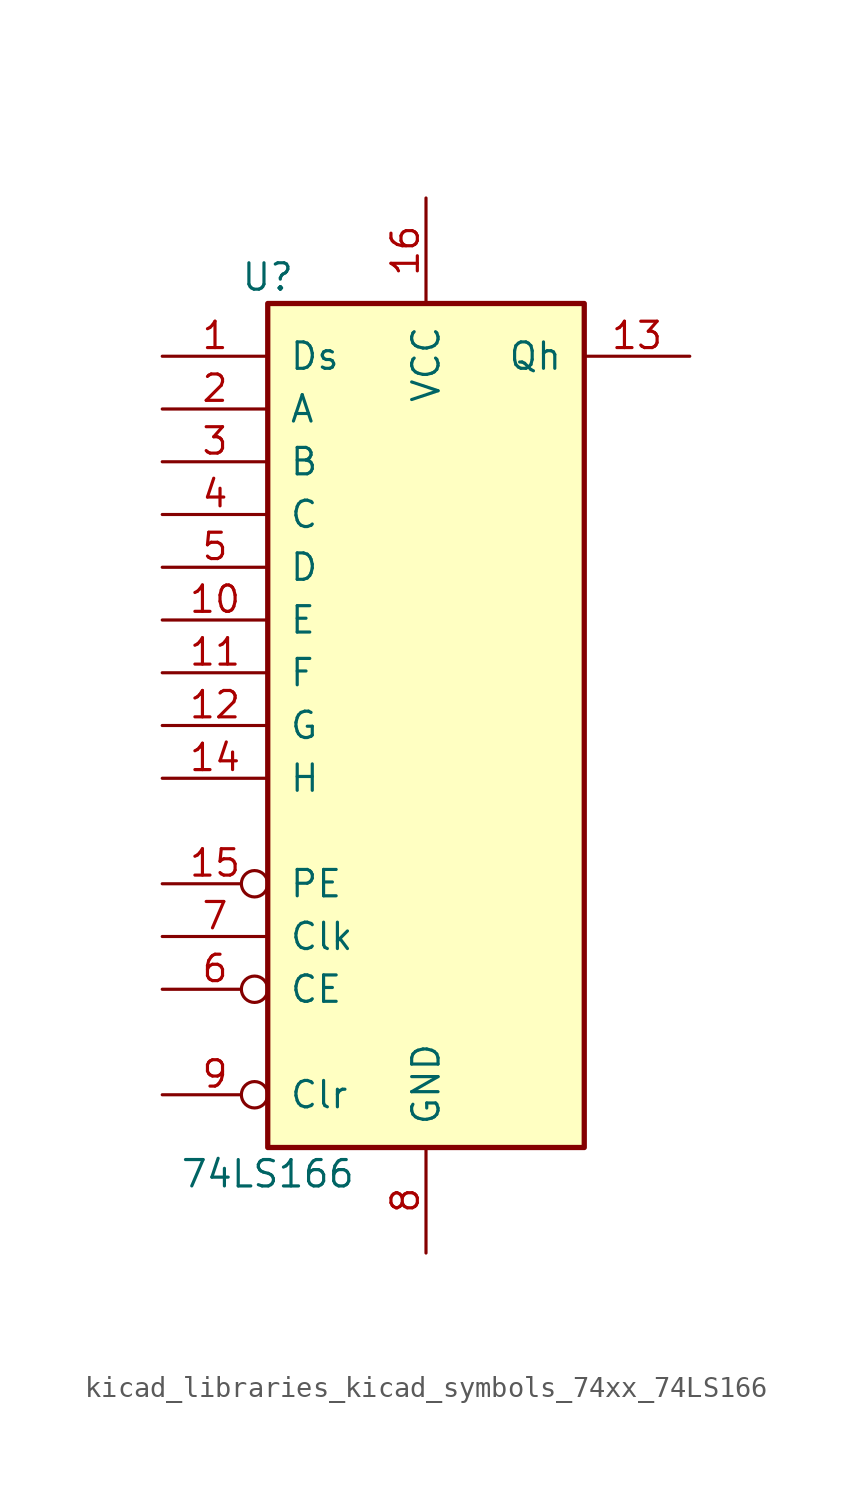
<source format=kicad_sym>
(kicad_symbol_lib
  (version 20220914)
  (generator kicad_symbol_editor)
  (symbol "kicad_libraries_kicad_symbols_74xx_74LS166"
    (pin_names
      (offset 1.016))
    (property "Reference" "U"
      (at -7.62 21.59 0)
      (effects (font (size 1.27 1.27))))
    (property "Value" "74LS166"
      (at -7.62 -21.59 0)
      (effects (font (size 1.27 1.27))))
    (property "ki_locked" ""
      (at 0 0 0)
      (effects (font (size 1.27 1.27))))
    (symbol "kicad_libraries_kicad_symbols_74xx_74LS166_1_0"
      (pin input line (at -12.7 17.78 0) (length 5.08) (name "Ds" (effects (font (size 1.27 1.27)))) (number "1" (effects (font (size 1.27 1.27)))))
      (pin input line (at -12.7 5.08 0) (length 5.08) (name "E" (effects (font (size 1.27 1.27)))) (number "10" (effects (font (size 1.27 1.27)))))
      (pin input line (at -12.7 2.54 0) (length 5.08) (name "F" (effects (font (size 1.27 1.27)))) (number "11" (effects (font (size 1.27 1.27)))))
      (pin input line (at -12.7 0 0) (length 5.08) (name "G" (effects (font (size 1.27 1.27)))) (number "12" (effects (font (size 1.27 1.27)))))
      (pin output line (at 12.7 17.78 180) (length 5.08) (name "Qh" (effects (font (size 1.27 1.27)))) (number "13" (effects (font (size 1.27 1.27)))))
      (pin input line (at -12.7 -2.54 0) (length 5.08) (name "H" (effects (font (size 1.27 1.27)))) (number "14" (effects (font (size 1.27 1.27)))))
      (pin input inverted (at -12.7 -7.62 0) (length 5.08) (name "PE" (effects (font (size 1.27 1.27)))) (number "15" (effects (font (size 1.27 1.27)))))
      (pin power_in line (at 0 25.4 270) (length 5.08) (name "VCC" (effects (font (size 1.27 1.27)))) (number "16" (effects (font (size 1.27 1.27)))))
      (pin input line (at -12.7 15.24 0) (length 5.08) (name "A" (effects (font (size 1.27 1.27)))) (number "2" (effects (font (size 1.27 1.27)))))
      (pin input line (at -12.7 12.7 0) (length 5.08) (name "B" (effects (font (size 1.27 1.27)))) (number "3" (effects (font (size 1.27 1.27)))))
      (pin input line (at -12.7 10.16 0) (length 5.08) (name "C" (effects (font (size 1.27 1.27)))) (number "4" (effects (font (size 1.27 1.27)))))
      (pin input line (at -12.7 7.62 0) (length 5.08) (name "D" (effects (font (size 1.27 1.27)))) (number "5" (effects (font (size 1.27 1.27)))))
      (pin input inverted (at -12.7 -12.7 0) (length 5.08) (name "CE" (effects (font (size 1.27 1.27)))) (number "6" (effects (font (size 1.27 1.27)))))
      (pin input line (at -12.7 -10.16 0) (length 5.08) (name "Clk" (effects (font (size 1.27 1.27)))) (number "7" (effects (font (size 1.27 1.27)))))
      (pin power_in line (at 0 -25.4 90) (length 5.08) (name "GND" (effects (font (size 1.27 1.27)))) (number "8" (effects (font (size 1.27 1.27)))))
      (pin input inverted (at -12.7 -17.78 0) (length 5.08) (name "Clr" (effects (font (size 1.27 1.27)))) (number "9" (effects (font (size 1.27 1.27))))))
    (symbol "kicad_libraries_kicad_symbols_74xx_74LS166_1_1"
      (rectangle (start -7.62 20.32) (end 7.62 -20.32) (stroke (width 0.254) (type default)) (fill (type background))))))
</source>
